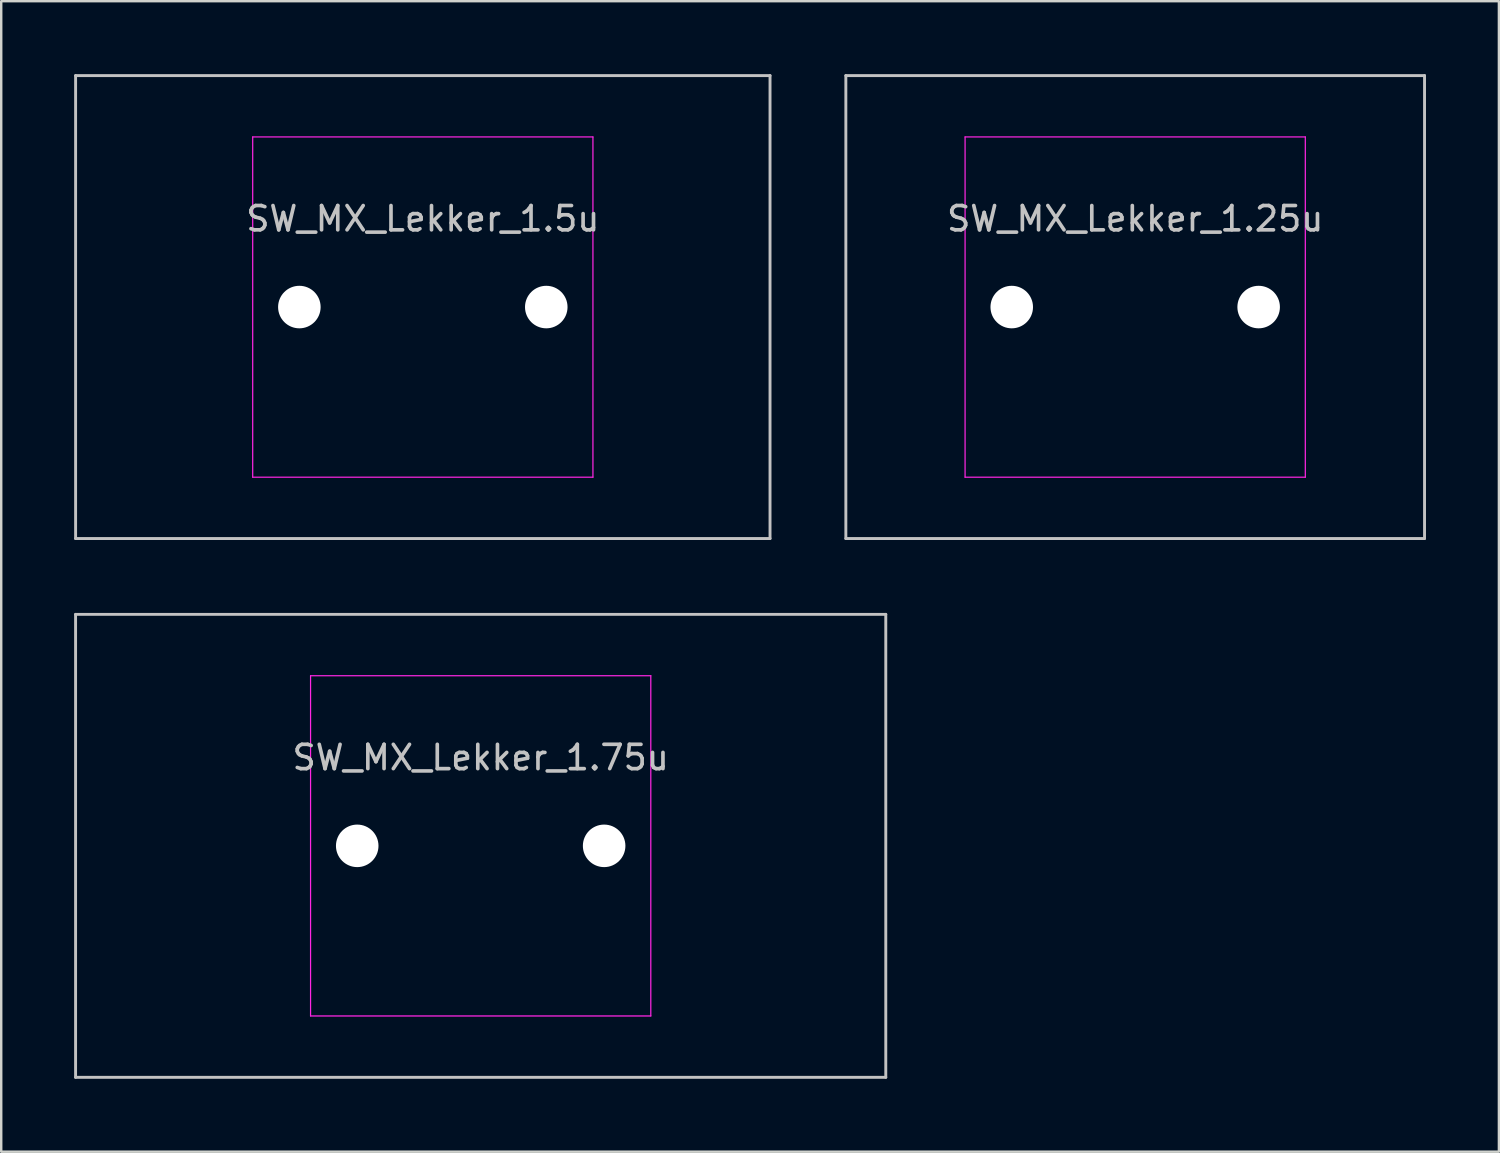
<source format=kicad_pcb>
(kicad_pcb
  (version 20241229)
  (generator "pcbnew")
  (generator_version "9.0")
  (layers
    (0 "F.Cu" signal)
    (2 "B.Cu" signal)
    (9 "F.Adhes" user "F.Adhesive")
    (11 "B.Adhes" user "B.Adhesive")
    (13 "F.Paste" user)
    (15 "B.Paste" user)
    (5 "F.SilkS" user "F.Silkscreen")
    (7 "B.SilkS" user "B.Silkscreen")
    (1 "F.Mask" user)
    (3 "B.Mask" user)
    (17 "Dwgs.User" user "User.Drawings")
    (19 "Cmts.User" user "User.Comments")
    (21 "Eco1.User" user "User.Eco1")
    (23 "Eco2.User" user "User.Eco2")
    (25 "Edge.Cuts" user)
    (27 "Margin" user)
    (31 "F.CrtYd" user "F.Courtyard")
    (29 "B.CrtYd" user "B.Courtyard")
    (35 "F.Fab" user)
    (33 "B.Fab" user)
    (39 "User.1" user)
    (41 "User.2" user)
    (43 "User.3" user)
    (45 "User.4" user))
  (footprint "SW_MX_Lekker_1.25u"
    (layer "F.Cu")
    (at 43.661 9.585)
    (property "Reference" "SW_MX_Lekker_1.25u" (at 0 -3.048 0) (layer "Dwgs.User") (effects (font (size 1 1) (thickness 0.15)) (justify bottom)))
    (attr smd exclude_from_pos_files exclude_from_bom)
    (fp_line (start -11.906 -9.525) (end -11.906 9.525) (stroke (width 0.12) (type solid)) (layer "Dwgs.User"))
    (fp_line (start -11.906 9.525) (end 11.906 9.525) (stroke (width 0.12) (type solid)) (layer "Dwgs.User"))
    (fp_line (start 11.906 -9.525) (end -11.906 -9.525) (stroke (width 0.12) (type solid)) (layer "Dwgs.User"))
    (fp_line (start 11.906 9.525) (end 11.906 -9.525) (stroke (width 0.12) (type solid)) (layer "Dwgs.User"))
    (fp_line (start -7 6.5) (end -7 -6.5) (stroke (width 0.05) (type solid)) (layer "Eco2.User"))
    (fp_line (start -6.5 -7) (end 6.5 -7) (stroke (width 0.05) (type solid)) (layer "Eco2.User"))
    (fp_line (start 6.5 7) (end -6.5 7) (stroke (width 0.05) (type solid)) (layer "Eco2.User"))
    (fp_line (start 7 -6.5) (end 7 6.5) (stroke (width 0.05) (type solid)) (layer "Eco2.User"))
    (fp_arc (start -7 -6.5) (mid -6.853553 -6.853553) (end -6.5 -7) (stroke (width 0.05) (type solid)) (layer "Eco2.User"))
    (fp_arc (start -6.5 7) (mid -6.853553 6.853553) (end -7 6.5) (stroke (width 0.05) (type solid)) (layer "Eco2.User"))
    (fp_arc (start 6.5 -7) (mid 6.853553 -6.853553) (end 7 -6.5) (stroke (width 0.05) (type solid)) (layer "Eco2.User"))
    (fp_arc (start 6.997236 6.498884) (mid 6.850789 6.852437) (end 6.497236 6.998884) (stroke (width 0.05) (type solid)) (layer "Eco2.User"))
    (fp_line (start -7 -7) (end -7 7) (stroke (width 0.05) (type solid)) (layer "F.CrtYd"))
    (fp_line (start -7 7) (end 7 7) (stroke (width 0.05) (type solid)) (layer "F.CrtYd"))
    (fp_line (start 7 -7) (end -7 -7) (stroke (width 0.05) (type solid)) (layer "F.CrtYd"))
    (fp_line (start 7 7) (end 7 -7) (stroke (width 0.05) (type solid)) (layer "F.CrtYd"))
    (pad "" np_thru_hole circle (at -5.08 0) (size 1.75 1.75) (drill 1.75) (layers "*.Cu" "*.Mask"))
    (pad "" np_thru_hole circle (at 5.08 0) (size 1.75 1.75) (drill 1.75) (layers "*.Cu" "*.Mask"))
    (zone (net_name "") (layer "F.Cu") (hatch edge 0.5) (connect_pads) (min_thickness 0.25) (filled_areas_thickness no) (keepout (tracks not_allowed) (vias not_allowed) (pads not_allowed) (copperpour not_allowed) (footprints allowed)) (placement (enabled no)) (fill) (polygon (pts (xy 41.121 8.315) (xy 42.391 7.045) (xy 44.931 7.045) (xy 46.201 8.315) (xy 46.201 10.855) (xy 44.931 12.125) (xy 42.391 12.125) (xy 41.121 10.855)))))
  (footprint "SW_MX_Lekker_1.5u"
    (layer "F.Cu")
    (at 14.348 9.585)
    (property "Reference" "SW_MX_Lekker_1.5u" (at 0 -3.048 0) (layer "Dwgs.User") (effects (font (size 1 1) (thickness 0.15)) (justify bottom)))
    (attr smd exclude_from_pos_files exclude_from_bom)
    (fp_line (start -14.287 -9.525) (end -14.287 9.525) (stroke (width 0.12) (type solid)) (layer "Dwgs.User"))
    (fp_line (start -14.287 9.525) (end 14.287 9.525) (stroke (width 0.12) (type solid)) (layer "Dwgs.User"))
    (fp_line (start 14.287 -9.525) (end -14.287 -9.525) (stroke (width 0.12) (type solid)) (layer "Dwgs.User"))
    (fp_line (start 14.287 9.525) (end 14.287 -9.525) (stroke (width 0.12) (type solid)) (layer "Dwgs.User"))
    (fp_line (start -7 6.5) (end -7 -6.5) (stroke (width 0.05) (type solid)) (layer "Eco2.User"))
    (fp_line (start -6.5 -7) (end 6.5 -7) (stroke (width 0.05) (type solid)) (layer "Eco2.User"))
    (fp_line (start 6.5 7) (end -6.5 7) (stroke (width 0.05) (type solid)) (layer "Eco2.User"))
    (fp_line (start 7 -6.5) (end 7 6.5) (stroke (width 0.05) (type solid)) (layer "Eco2.User"))
    (fp_arc (start -7 -6.5) (mid -6.853553 -6.853553) (end -6.5 -7) (stroke (width 0.05) (type solid)) (layer "Eco2.User"))
    (fp_arc (start -6.5 7) (mid -6.853553 6.853553) (end -7 6.5) (stroke (width 0.05) (type solid)) (layer "Eco2.User"))
    (fp_arc (start 6.5 -7) (mid 6.853553 -6.853553) (end 7 -6.5) (stroke (width 0.05) (type solid)) (layer "Eco2.User"))
    (fp_arc (start 6.997236 6.498884) (mid 6.850789 6.852437) (end 6.497236 6.998884) (stroke (width 0.05) (type solid)) (layer "Eco2.User"))
    (fp_line (start -7 -7) (end -7 7) (stroke (width 0.05) (type solid)) (layer "F.CrtYd"))
    (fp_line (start -7 7) (end 7 7) (stroke (width 0.05) (type solid)) (layer "F.CrtYd"))
    (fp_line (start 7 -7) (end -7 -7) (stroke (width 0.05) (type solid)) (layer "F.CrtYd"))
    (fp_line (start 7 7) (end 7 -7) (stroke (width 0.05) (type solid)) (layer "F.CrtYd"))
    (pad "" np_thru_hole circle (at -5.08 0) (size 1.75 1.75) (drill 1.75) (layers "*.Cu" "*.Mask"))
    (pad "" np_thru_hole circle (at 5.08 0) (size 1.75 1.75) (drill 1.75) (layers "*.Cu" "*.Mask"))
    (zone (net_name "") (layer "F.Cu") (hatch edge 0.5) (connect_pads) (min_thickness 0.25) (filled_areas_thickness no) (keepout (tracks not_allowed) (vias not_allowed) (pads not_allowed) (copperpour not_allowed) (footprints allowed)) (placement (enabled no)) (fill) (polygon (pts (xy 11.807 8.315) (xy 13.078 7.045) (xy 15.617 7.045) (xy 16.887 8.315) (xy 16.887 10.855) (xy 15.617 12.125) (xy 13.078 12.125) (xy 11.807 10.855)))))
  (footprint "SW_MX_Lekker_1.75u"
    (layer "F.Cu")
    (at 16.729 31.755)
    (property "Reference" "SW_MX_Lekker_1.75u" (at 0 -3.048 0) (layer "Dwgs.User") (effects (font (size 1 1) (thickness 0.15)) (justify bottom)))
    (attr smd exclude_from_pos_files exclude_from_bom)
    (fp_line (start -16.669 -9.525) (end -16.669 9.525) (stroke (width 0.12) (type solid)) (layer "Dwgs.User"))
    (fp_line (start -16.669 9.525) (end 16.669 9.525) (stroke (width 0.12) (type solid)) (layer "Dwgs.User"))
    (fp_line (start 16.669 -9.525) (end -16.669 -9.525) (stroke (width 0.12) (type solid)) (layer "Dwgs.User"))
    (fp_line (start 16.669 9.525) (end 16.669 -9.525) (stroke (width 0.12) (type solid)) (layer "Dwgs.User"))
    (fp_line (start -7 6.5) (end -7 -6.5) (stroke (width 0.05) (type solid)) (layer "Eco2.User"))
    (fp_line (start -6.5 -7) (end 6.5 -7) (stroke (width 0.05) (type solid)) (layer "Eco2.User"))
    (fp_line (start 6.5 7) (end -6.5 7) (stroke (width 0.05) (type solid)) (layer "Eco2.User"))
    (fp_line (start 7 -6.5) (end 7 6.5) (stroke (width 0.05) (type solid)) (layer "Eco2.User"))
    (fp_arc (start -7 -6.5) (mid -6.853553 -6.853553) (end -6.5 -7) (stroke (width 0.05) (type solid)) (layer "Eco2.User"))
    (fp_arc (start -6.5 7) (mid -6.853553 6.853553) (end -7 6.5) (stroke (width 0.05) (type solid)) (layer "Eco2.User"))
    (fp_arc (start 6.5 -7) (mid 6.853553 -6.853553) (end 7 -6.5) (stroke (width 0.05) (type solid)) (layer "Eco2.User"))
    (fp_arc (start 6.997236 6.498884) (mid 6.850789 6.852437) (end 6.497236 6.998884) (stroke (width 0.05) (type solid)) (layer "Eco2.User"))
    (fp_line (start -7 -7) (end -7 7) (stroke (width 0.05) (type solid)) (layer "F.CrtYd"))
    (fp_line (start -7 7) (end 7 7) (stroke (width 0.05) (type solid)) (layer "F.CrtYd"))
    (fp_line (start 7 -7) (end -7 -7) (stroke (width 0.05) (type solid)) (layer "F.CrtYd"))
    (fp_line (start 7 7) (end 7 -7) (stroke (width 0.05) (type solid)) (layer "F.CrtYd"))
    (pad "" np_thru_hole circle (at -5.08 0) (size 1.75 1.75) (drill 1.75) (layers "*.Cu" "*.Mask"))
    (pad "" np_thru_hole circle (at 5.08 0) (size 1.75 1.75) (drill 1.75) (layers "*.Cu" "*.Mask"))
    (zone (net_name "") (layer "F.Cu") (hatch edge 0.5) (connect_pads) (min_thickness 0.25) (filled_areas_thickness no) (keepout (tracks not_allowed) (vias not_allowed) (pads not_allowed) (copperpour not_allowed) (footprints allowed)) (placement (enabled no)) (fill) (polygon (pts (xy 14.189 30.485) (xy 15.459 29.215) (xy 17.999 29.215) (xy 19.269 30.485) (xy 19.269 33.025) (xy 17.999 34.295) (xy 15.459 34.295) (xy 14.189 33.025)))))
  (gr_rect
    (start -3 -3)
    (end 58.627 44.34)
    (stroke (width 0.1) (type default))
    (fill no)
    (layer "Edge.Cuts")))
</source>
